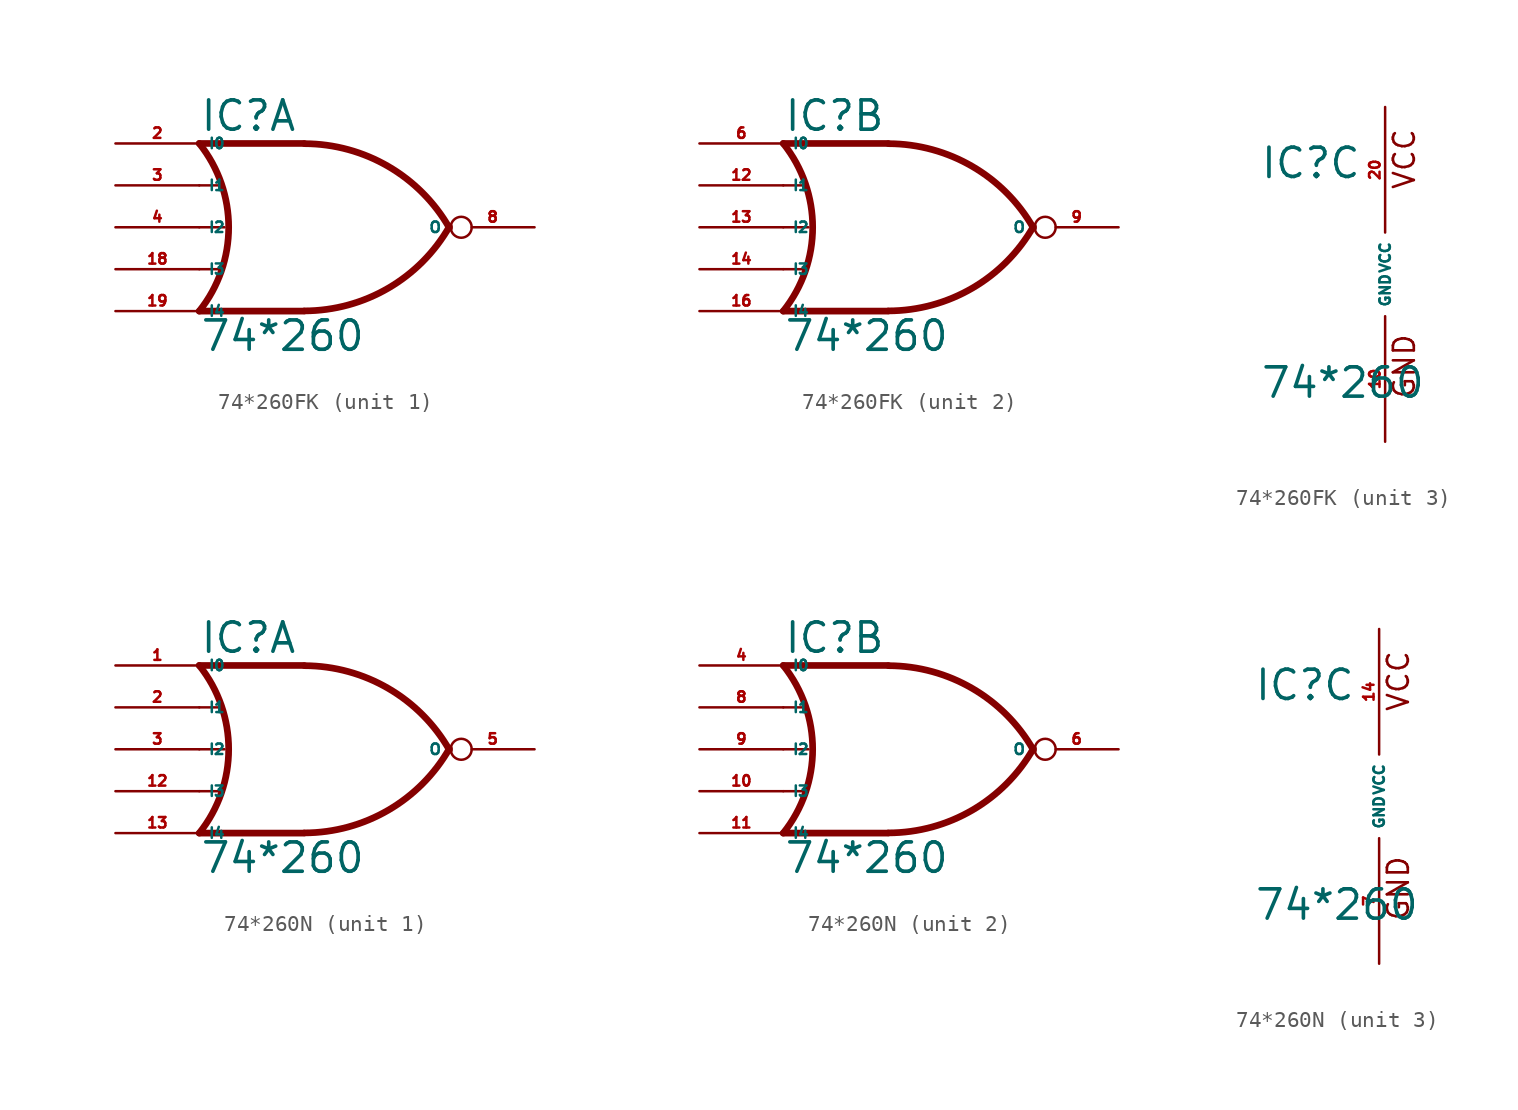
<source format=kicad_sym>
(kicad_symbol_lib
  (version 20220914)
  (generator Eagle2Kicad)
  (symbol "74*260FK"
    (property "Reference" "IC"
      (at -7.62 5.715 0)
      (effects (font (size 1.778 1.778) (thickness 0.22)) (justify left bottom)))
    (property "Value" "74*260"
      (at -7.62 -7.62 0)
      (effects (font (size 1.778 1.778) (thickness 0.22)) (justify left bottom)))
    (symbol "74*260FK_1_0"
      (polyline (pts (xy -1.27 5.08) (xy -7.62 5.08)) (stroke (width 0.406) (type default)) (fill (type none)))
      (polyline (pts (xy -1.27 -5.08) (xy -7.62 -5.08)) (stroke (width 0.406) (type default)) (fill (type none)))
      (polyline (pts (xy -7.62 2.54) (xy -6.35 2.54)) (stroke (width 0.152) (type default)) (fill (type none)))
      (polyline (pts (xy -7.62 -2.54) (xy -6.35 -2.54)) (stroke (width 0.152) (type default)) (fill (type none)))
      (arc (start -1.2446 -5.0678) (mid 3.837 -3.689) (end 7.5439 0.0507) (stroke (width 0.4064) (type default)) (fill (type none)))
      (arc (start 7.5442 -0.0505) (mid 3.837 3.689) (end -1.2446 5.0678) (stroke (width 0.4064) (type default)) (fill (type none)))
      (arc (start -7.62 -5.08) (mid -5.838 0.000) (end -7.62 5.08) (stroke (width 0.4064) (type default)) (fill (type none)))
      (polyline (pts (xy -7.62 0) (xy -6.096 0)) (stroke (width 0.152) (type default)) (fill (type none)))
      (pin input line (at -12.7 5.08 0) (length 5.08) (name "I0" (effects (font (size 0.635 0.635) (thickness 0.08)) (justify left bottom))) (number "2" (effects (font (size 0.635 0.635) (thickness 0.08)) (justify left bottom))))
      (pin input line (at -12.7 2.54 0) (length 5.08) (name "I1" (effects (font (size 0.635 0.635) (thickness 0.08)) (justify left bottom))) (number "3" (effects (font (size 0.635 0.635) (thickness 0.08)) (justify left bottom))))
      (pin input line (at -12.7 0 0) (length 5.08) (name "I2" (effects (font (size 0.635 0.635) (thickness 0.08)) (justify left bottom))) (number "4" (effects (font (size 0.635 0.635) (thickness 0.08)) (justify left bottom))))
      (pin output inverted (at 12.7 0 180) (length 5.08) (name "O" (effects (font (size 0.635 0.635) (thickness 0.08)) (justify left bottom))) (number "8" (effects (font (size 0.635 0.635) (thickness 0.08)) (justify left bottom))))
      (pin input line (at -12.7 -2.54 0) (length 5.08) (name "I3" (effects (font (size 0.635 0.635) (thickness 0.08)) (justify left bottom))) (number "18" (effects (font (size 0.635 0.635) (thickness 0.08)) (justify left bottom))))
      (pin input line (at -12.7 -5.08 0) (length 5.08) (name "I4" (effects (font (size 0.635 0.635) (thickness 0.08)) (justify left bottom))) (number "19" (effects (font (size 0.635 0.635) (thickness 0.08)) (justify left bottom)))))
    (symbol "74*260FK_2_0"
      (polyline (pts (xy -1.27 5.08) (xy -7.62 5.08)) (stroke (width 0.406) (type default)) (fill (type none)))
      (polyline (pts (xy -1.27 -5.08) (xy -7.62 -5.08)) (stroke (width 0.406) (type default)) (fill (type none)))
      (polyline (pts (xy -7.62 2.54) (xy -6.35 2.54)) (stroke (width 0.152) (type default)) (fill (type none)))
      (polyline (pts (xy -7.62 -2.54) (xy -6.35 -2.54)) (stroke (width 0.152) (type default)) (fill (type none)))
      (arc (start -1.2446 -5.0678) (mid 3.837 -3.689) (end 7.5439 0.0507) (stroke (width 0.4064) (type default)) (fill (type none)))
      (arc (start 7.5442 -0.0505) (mid 3.837 3.689) (end -1.2446 5.0678) (stroke (width 0.4064) (type default)) (fill (type none)))
      (arc (start -7.62 -5.08) (mid -5.838 0.000) (end -7.62 5.08) (stroke (width 0.4064) (type default)) (fill (type none)))
      (polyline (pts (xy -7.62 0) (xy -6.096 0)) (stroke (width 0.152) (type default)) (fill (type none)))
      (pin input line (at -12.7 5.08 0) (length 5.08) (name "I0" (effects (font (size 0.635 0.635) (thickness 0.08)) (justify left bottom))) (number "6" (effects (font (size 0.635 0.635) (thickness 0.08)) (justify left bottom))))
      (pin input line (at -12.7 2.54 0) (length 5.08) (name "I1" (effects (font (size 0.635 0.635) (thickness 0.08)) (justify left bottom))) (number "12" (effects (font (size 0.635 0.635) (thickness 0.08)) (justify left bottom))))
      (pin input line (at -12.7 0 0) (length 5.08) (name "I2" (effects (font (size 0.635 0.635) (thickness 0.08)) (justify left bottom))) (number "13" (effects (font (size 0.635 0.635) (thickness 0.08)) (justify left bottom))))
      (pin output inverted (at 12.7 0 180) (length 5.08) (name "O" (effects (font (size 0.635 0.635) (thickness 0.08)) (justify left bottom))) (number "9" (effects (font (size 0.635 0.635) (thickness 0.08)) (justify left bottom))))
      (pin input line (at -12.7 -2.54 0) (length 5.08) (name "I3" (effects (font (size 0.635 0.635) (thickness 0.08)) (justify left bottom))) (number "14" (effects (font (size 0.635 0.635) (thickness 0.08)) (justify left bottom))))
      (pin input line (at -12.7 -5.08 0) (length 5.08) (name "I4" (effects (font (size 0.635 0.635) (thickness 0.08)) (justify left bottom))) (number "16" (effects (font (size 0.635 0.635) (thickness 0.08)) (justify left bottom)))))
    (symbol "74*260FK_3_0"
      (text "GND" (at 1.905 -7.62 900) (effects (font (size 1.27 1.27) (thickness 0.16)) (justify left bottom)))
      (text "VCC" (at 1.905 5.08 900) (effects (font (size 1.27 1.27) (thickness 0.16)) (justify left bottom)))
      (pin unspecified line (at 0 -10.16 90) (length 7.62) (name "GND" (effects (font (size 0.635 0.635) (thickness 0.08)) (justify left bottom))) (number "10" (effects (font (size 0.635 0.635) (thickness 0.08)) (justify left bottom))))
      (pin unspecified line (at 0 10.16 270) (length 7.62) (name "VCC" (effects (font (size 0.635 0.635) (thickness 0.08)) (justify left bottom))) (number "20" (effects (font (size 0.635 0.635) (thickness 0.08)) (justify left bottom))))))
  (symbol "74*260N"
    (property "Reference" "IC"
      (at -7.62 5.715 0)
      (effects (font (size 1.778 1.778) (thickness 0.22)) (justify left bottom)))
    (property "Value" "74*260"
      (at -7.62 -7.62 0)
      (effects (font (size 1.778 1.778) (thickness 0.22)) (justify left bottom)))
    (symbol "74*260N_1_0"
      (polyline (pts (xy -1.27 5.08) (xy -7.62 5.08)) (stroke (width 0.406) (type default)) (fill (type none)))
      (polyline (pts (xy -1.27 -5.08) (xy -7.62 -5.08)) (stroke (width 0.406) (type default)) (fill (type none)))
      (polyline (pts (xy -7.62 2.54) (xy -6.35 2.54)) (stroke (width 0.152) (type default)) (fill (type none)))
      (polyline (pts (xy -7.62 -2.54) (xy -6.35 -2.54)) (stroke (width 0.152) (type default)) (fill (type none)))
      (arc (start -1.2446 -5.0678) (mid 3.837 -3.689) (end 7.5439 0.0507) (stroke (width 0.4064) (type default)) (fill (type none)))
      (arc (start 7.5442 -0.0505) (mid 3.837 3.689) (end -1.2446 5.0678) (stroke (width 0.4064) (type default)) (fill (type none)))
      (arc (start -7.62 -5.08) (mid -5.838 0.000) (end -7.62 5.08) (stroke (width 0.4064) (type default)) (fill (type none)))
      (polyline (pts (xy -7.62 0) (xy -6.096 0)) (stroke (width 0.152) (type default)) (fill (type none)))
      (pin input line (at -12.7 5.08 0) (length 5.08) (name "I0" (effects (font (size 0.635 0.635) (thickness 0.08)) (justify left bottom))) (number "1" (effects (font (size 0.635 0.635) (thickness 0.08)) (justify left bottom))))
      (pin input line (at -12.7 2.54 0) (length 5.08) (name "I1" (effects (font (size 0.635 0.635) (thickness 0.08)) (justify left bottom))) (number "2" (effects (font (size 0.635 0.635) (thickness 0.08)) (justify left bottom))))
      (pin input line (at -12.7 0 0) (length 5.08) (name "I2" (effects (font (size 0.635 0.635) (thickness 0.08)) (justify left bottom))) (number "3" (effects (font (size 0.635 0.635) (thickness 0.08)) (justify left bottom))))
      (pin output inverted (at 12.7 0 180) (length 5.08) (name "O" (effects (font (size 0.635 0.635) (thickness 0.08)) (justify left bottom))) (number "5" (effects (font (size 0.635 0.635) (thickness 0.08)) (justify left bottom))))
      (pin input line (at -12.7 -2.54 0) (length 5.08) (name "I3" (effects (font (size 0.635 0.635) (thickness 0.08)) (justify left bottom))) (number "12" (effects (font (size 0.635 0.635) (thickness 0.08)) (justify left bottom))))
      (pin input line (at -12.7 -5.08 0) (length 5.08) (name "I4" (effects (font (size 0.635 0.635) (thickness 0.08)) (justify left bottom))) (number "13" (effects (font (size 0.635 0.635) (thickness 0.08)) (justify left bottom)))))
    (symbol "74*260N_2_0"
      (polyline (pts (xy -1.27 5.08) (xy -7.62 5.08)) (stroke (width 0.406) (type default)) (fill (type none)))
      (polyline (pts (xy -1.27 -5.08) (xy -7.62 -5.08)) (stroke (width 0.406) (type default)) (fill (type none)))
      (polyline (pts (xy -7.62 2.54) (xy -6.35 2.54)) (stroke (width 0.152) (type default)) (fill (type none)))
      (polyline (pts (xy -7.62 -2.54) (xy -6.35 -2.54)) (stroke (width 0.152) (type default)) (fill (type none)))
      (arc (start -1.2446 -5.0678) (mid 3.837 -3.689) (end 7.5439 0.0507) (stroke (width 0.4064) (type default)) (fill (type none)))
      (arc (start 7.5442 -0.0505) (mid 3.837 3.689) (end -1.2446 5.0678) (stroke (width 0.4064) (type default)) (fill (type none)))
      (arc (start -7.62 -5.08) (mid -5.838 0.000) (end -7.62 5.08) (stroke (width 0.4064) (type default)) (fill (type none)))
      (polyline (pts (xy -7.62 0) (xy -6.096 0)) (stroke (width 0.152) (type default)) (fill (type none)))
      (pin input line (at -12.7 5.08 0) (length 5.08) (name "I0" (effects (font (size 0.635 0.635) (thickness 0.08)) (justify left bottom))) (number "4" (effects (font (size 0.635 0.635) (thickness 0.08)) (justify left bottom))))
      (pin input line (at -12.7 2.54 0) (length 5.08) (name "I1" (effects (font (size 0.635 0.635) (thickness 0.08)) (justify left bottom))) (number "8" (effects (font (size 0.635 0.635) (thickness 0.08)) (justify left bottom))))
      (pin input line (at -12.7 0 0) (length 5.08) (name "I2" (effects (font (size 0.635 0.635) (thickness 0.08)) (justify left bottom))) (number "9" (effects (font (size 0.635 0.635) (thickness 0.08)) (justify left bottom))))
      (pin output inverted (at 12.7 0 180) (length 5.08) (name "O" (effects (font (size 0.635 0.635) (thickness 0.08)) (justify left bottom))) (number "6" (effects (font (size 0.635 0.635) (thickness 0.08)) (justify left bottom))))
      (pin input line (at -12.7 -2.54 0) (length 5.08) (name "I3" (effects (font (size 0.635 0.635) (thickness 0.08)) (justify left bottom))) (number "10" (effects (font (size 0.635 0.635) (thickness 0.08)) (justify left bottom))))
      (pin input line (at -12.7 -5.08 0) (length 5.08) (name "I4" (effects (font (size 0.635 0.635) (thickness 0.08)) (justify left bottom))) (number "11" (effects (font (size 0.635 0.635) (thickness 0.08)) (justify left bottom)))))
    (symbol "74*260N_3_0"
      (text "GND" (at 1.905 -7.62 900) (effects (font (size 1.27 1.27) (thickness 0.16)) (justify left bottom)))
      (text "VCC" (at 1.905 5.08 900) (effects (font (size 1.27 1.27) (thickness 0.16)) (justify left bottom)))
      (pin unspecified line (at 0 -10.16 90) (length 7.62) (name "GND" (effects (font (size 0.635 0.635) (thickness 0.08)) (justify left bottom))) (number "7" (effects (font (size 0.635 0.635) (thickness 0.08)) (justify left bottom))))
      (pin unspecified line (at 0 10.16 270) (length 7.62) (name "VCC" (effects (font (size 0.635 0.635) (thickness 0.08)) (justify left bottom))) (number "14" (effects (font (size 0.635 0.635) (thickness 0.08)) (justify left bottom)))))))
</source>
